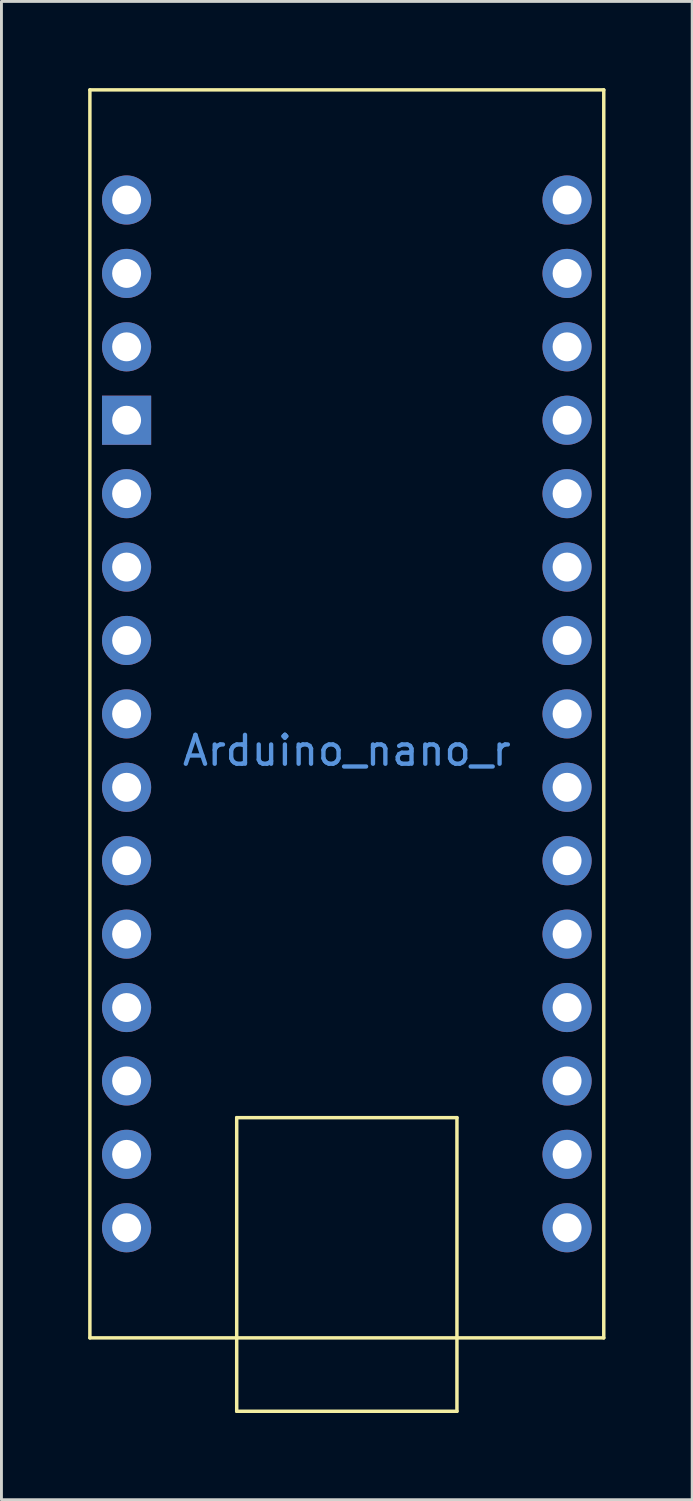
<source format=kicad_pcb>
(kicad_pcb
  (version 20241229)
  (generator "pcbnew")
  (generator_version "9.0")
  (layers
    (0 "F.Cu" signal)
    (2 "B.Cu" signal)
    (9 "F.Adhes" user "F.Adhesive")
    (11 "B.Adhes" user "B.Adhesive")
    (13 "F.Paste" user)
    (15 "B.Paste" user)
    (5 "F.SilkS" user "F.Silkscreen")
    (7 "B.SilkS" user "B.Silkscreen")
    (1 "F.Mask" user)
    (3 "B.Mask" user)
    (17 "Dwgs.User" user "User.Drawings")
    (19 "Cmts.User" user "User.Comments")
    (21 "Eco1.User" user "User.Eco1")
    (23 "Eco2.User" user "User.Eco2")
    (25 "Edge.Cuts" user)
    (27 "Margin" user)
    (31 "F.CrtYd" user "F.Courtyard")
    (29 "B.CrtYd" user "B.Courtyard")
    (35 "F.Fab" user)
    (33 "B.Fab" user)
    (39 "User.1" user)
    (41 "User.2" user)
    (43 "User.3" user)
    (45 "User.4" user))
  (footprint "Arduino_nano_r"
    (layer "F.Cu")
    (at 8.95 21.65)
    (property "Reference" "Arduino_nano_r" (at 0 1.27 0) (layer "Cmts.User") (effects (font (size 1 1) (thickness 0.15))))
    (attr through_hole)
    (fp_line (start -8.89 -21.59) (end -8.89 21.59) (stroke (width 0.12) (type solid)) (layer "F.SilkS"))
    (fp_line (start -8.89 -21.59) (end 8.89 -21.59) (stroke (width 0.12) (type solid)) (layer "F.SilkS"))
    (fp_line (start -8.89 21.59) (end 8.89 21.59) (stroke (width 0.12) (type solid)) (layer "F.SilkS"))
    (fp_line (start -3.81 13.97) (end 3.81 13.97) (stroke (width 0.12) (type solid)) (layer "F.SilkS"))
    (fp_line (start -3.81 24.13) (end -3.81 13.97) (stroke (width 0.12) (type solid)) (layer "F.SilkS"))
    (fp_line (start 3.81 13.97) (end 3.81 24.13) (stroke (width 0.12) (type solid)) (layer "F.SilkS"))
    (fp_line (start 3.81 24.13) (end -3.81 24.13) (stroke (width 0.12) (type solid)) (layer "F.SilkS"))
    (fp_line (start 8.89 -21.59) (end 8.89 21.59) (stroke (width 0.12) (type solid)) (layer "F.SilkS"))
    (fp_line (start -8.89 19.05) (end -6.35 19.05) (stroke (width 0.12) (type solid)) (layer "B.Paste"))
    (fp_line (start -6.35 -19.05) (end -8.89 -19.05) (stroke (width 0.12) (type solid)) (layer "B.Paste"))
    (fp_line (start -6.35 19.05) (end -6.35 -19.05) (stroke (width 0.12) (type solid)) (layer "B.Paste"))
    (fp_line (start 6.35 -19.05) (end 6.35 19.05) (stroke (width 0.12) (type solid)) (layer "B.Paste"))
    (fp_line (start 6.35 19.05) (end 8.89 19.05) (stroke (width 0.12) (type solid)) (layer "B.Paste"))
    (fp_line (start 8.89 -19.05) (end 6.35 -19.05) (stroke (width 0.12) (type solid)) (layer "B.Paste"))
    (pad "1" thru_hole circle (at -7.62 -17.78) (size 1.7 1.7) (drill 1) (layers "*.Cu" "*.Mask"))
    (pad "2" thru_hole circle (at -7.62 -15.24) (size 1.7 1.7) (drill 1) (layers "*.Cu" "*.Mask"))
    (pad "3" thru_hole circle (at -7.62 -12.7) (size 1.7 1.7) (drill 1) (layers "*.Cu" "*.Mask"))
    (pad "4" thru_hole rect (at -7.62 -10.16) (size 1.7 1.7) (drill 1) (layers "*.Cu" "*.Mask"))
    (pad "5" thru_hole circle (at -7.62 -7.62) (size 1.7 1.7) (drill 1) (layers "*.Cu" "*.Mask"))
    (pad "6" thru_hole circle (at -7.62 -5.08) (size 1.7 1.7) (drill 1) (layers "*.Cu" "*.Mask"))
    (pad "7" thru_hole circle (at -7.62 -2.54) (size 1.7 1.7) (drill 1) (layers "*.Cu" "*.Mask"))
    (pad "8" thru_hole circle (at -7.62 0) (size 1.7 1.7) (drill 1) (layers "*.Cu" "*.Mask"))
    (pad "9" thru_hole circle (at -7.62 2.54) (size 1.7 1.7) (drill 1) (layers "*.Cu" "*.Mask"))
    (pad "10" thru_hole circle (at -7.62 5.08) (size 1.7 1.7) (drill 1) (layers "*.Cu" "*.Mask"))
    (pad "11" thru_hole circle (at -7.62 7.62) (size 1.7 1.7) (drill 1) (layers "*.Cu" "*.Mask"))
    (pad "12" thru_hole circle (at -7.62 10.16) (size 1.7 1.7) (drill 1) (layers "*.Cu" "*.Mask"))
    (pad "13" thru_hole circle (at -7.62 12.7) (size 1.7 1.7) (drill 1) (layers "*.Cu" "*.Mask"))
    (pad "14" thru_hole circle (at -7.62 15.24) (size 1.7 1.7) (drill 1) (layers "*.Cu" "*.Mask"))
    (pad "15" thru_hole circle (at -7.62 17.78) (size 1.7 1.7) (drill 1) (layers "*.Cu" "*.Mask"))
    (pad "16" thru_hole circle (at 7.62 -17.78) (size 1.7 1.7) (drill 1) (layers "*.Cu" "*.Mask"))
    (pad "17" thru_hole circle (at 7.62 -15.24) (size 1.7 1.7) (drill 1) (layers "*.Cu" "*.Mask"))
    (pad "18" thru_hole circle (at 7.62 -12.7) (size 1.7 1.7) (drill 1) (layers "*.Cu" "*.Mask"))
    (pad "19" thru_hole circle (at 7.62 -10.16) (size 1.7 1.7) (drill 1) (layers "*.Cu" "*.Mask"))
    (pad "20" thru_hole circle (at 7.62 -7.62) (size 1.7 1.7) (drill 1) (layers "*.Cu" "*.Mask"))
    (pad "21" thru_hole circle (at 7.62 -5.08) (size 1.7 1.7) (drill 1) (layers "*.Cu" "*.Mask"))
    (pad "22" thru_hole circle (at 7.62 -2.54) (size 1.7 1.7) (drill 1) (layers "*.Cu" "*.Mask"))
    (pad "23" thru_hole circle (at 7.62 0) (size 1.7 1.7) (drill 1) (layers "*.Cu" "*.Mask"))
    (pad "24" thru_hole circle (at 7.62 2.54) (size 1.7 1.7) (drill 1) (layers "*.Cu" "*.Mask"))
    (pad "25" thru_hole circle (at 7.62 5.08) (size 1.7 1.7) (drill 1) (layers "*.Cu" "*.Mask"))
    (pad "26" thru_hole circle (at 7.62 7.62) (size 1.7 1.7) (drill 1) (layers "*.Cu" "*.Mask"))
    (pad "27" thru_hole circle (at 7.62 10.16) (size 1.7 1.7) (drill 1) (layers "*.Cu" "*.Mask"))
    (pad "28" thru_hole circle (at 7.62 12.7) (size 1.7 1.7) (drill 1) (layers "*.Cu" "*.Mask"))
    (pad "29" thru_hole circle (at 7.62 15.24) (size 1.7 1.7) (drill 1) (layers "*.Cu" "*.Mask"))
    (pad "30" thru_hole circle (at 7.62 17.78) (size 1.7 1.7) (drill 1) (layers "*.Cu" "*.Mask")))
  (gr_rect
    (start -3 -3)
    (end 20.9 48.84)
    (stroke (width 0.1) (type default))
    (fill no)
    (layer "Edge.Cuts")))
</source>
